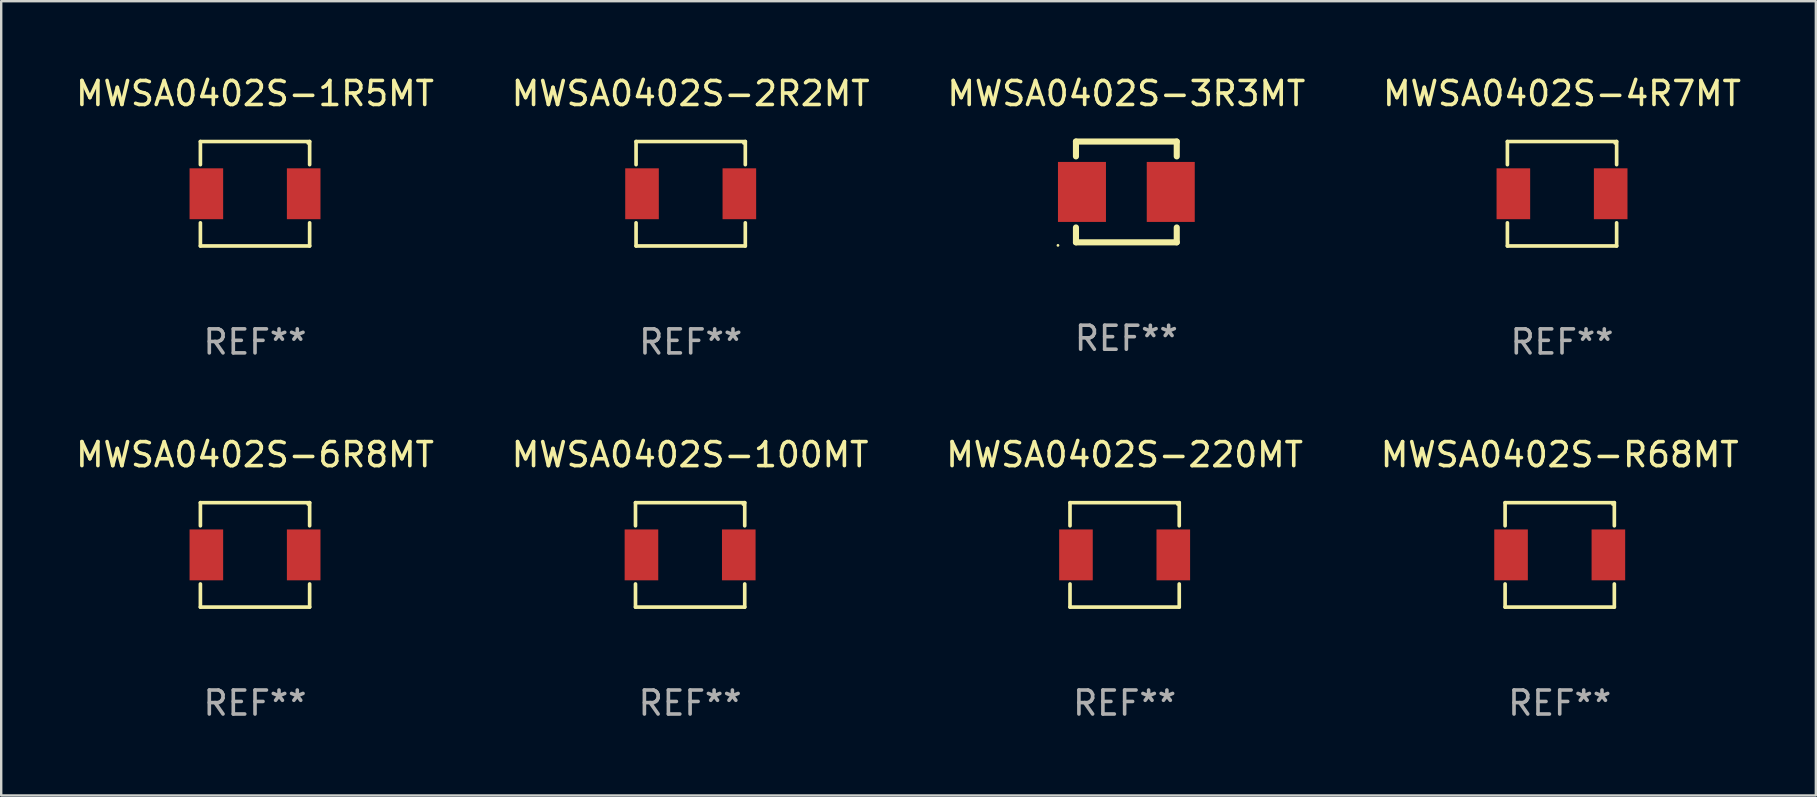
<source format=kicad_pcb>
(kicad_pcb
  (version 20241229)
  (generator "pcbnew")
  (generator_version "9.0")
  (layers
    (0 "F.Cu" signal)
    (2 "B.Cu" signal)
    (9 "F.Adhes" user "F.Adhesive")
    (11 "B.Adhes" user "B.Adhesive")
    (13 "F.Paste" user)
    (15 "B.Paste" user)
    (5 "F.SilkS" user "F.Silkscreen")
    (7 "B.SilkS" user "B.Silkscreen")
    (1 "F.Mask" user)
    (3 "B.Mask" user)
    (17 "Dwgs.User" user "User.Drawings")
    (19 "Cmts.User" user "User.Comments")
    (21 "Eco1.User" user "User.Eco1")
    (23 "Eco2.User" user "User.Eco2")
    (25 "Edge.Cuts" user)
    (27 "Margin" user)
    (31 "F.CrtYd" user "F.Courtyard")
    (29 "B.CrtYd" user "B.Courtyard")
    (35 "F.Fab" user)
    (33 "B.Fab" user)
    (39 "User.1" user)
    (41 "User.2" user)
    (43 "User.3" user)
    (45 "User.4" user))
  (footprint "MWSA0402S-3R3MT"
    (layer "F.Cu")
    (at 43.887 4.948)
    (property "Reference" "MWSA0402S-3R3MT" (at 0 -4.1 0) (layer "F.SilkS") (effects (font (size 1 1) (thickness 0.15))))
    (attr through_hole)
    (fp_line (start -2.1 2.1) (end 2.1 2.1) (stroke (width 0.254) (type solid)) (layer "F.SilkS"))
    (fp_line (start -2.1 -2.1) (end -2.1 -1.481) (stroke (width 0.254) (type solid)) (layer "F.SilkS"))
    (fp_line (start -2.1 -2.1) (end 2.1 -2.1) (stroke (width 0.254) (type solid)) (layer "F.SilkS"))
    (fp_line (start -2.1 1.481) (end -2.1 2.1) (stroke (width 0.254) (type solid)) (layer "F.SilkS"))
    (fp_line (start 2.1 -2.1) (end 2.1 -1.481) (stroke (width 0.254) (type solid)) (layer "F.SilkS"))
    (fp_line (start 2.1 1.481) (end 2.1 2.1) (stroke (width 0.254) (type solid)) (layer "F.SilkS"))
    (fp_circle (center -2.85 2.227) (end -2.82 2.227) (stroke (width 0.06) (type solid)) (fill no) (layer "F.SilkS"))
    (fp_text user "REF**" (at 0 6.1 0) (layer "F.Fab") (effects (font (size 1 1) (thickness 0.15))))
    (pad "1" smd rect (at -1.85 0.000013) (size 2 2.5) (layers "F.Cu" "F.Mask" "F.Paste"))
    (pad "2" smd rect (at 1.85 0.000013) (size 2 2.5) (layers "F.Cu" "F.Mask" "F.Paste")))
  (footprint "MWSA0402S-220MT"
    (layer "F.Cu")
    (at 43.815 20.073)
    (property "Reference" "MWSA0402S-220MT" (at 0 -4.176 0) (layer "F.SilkS") (effects (font (size 1 1) (thickness 0.15))))
    (attr through_hole)
    (fp_line (start -2.276 -2.176) (end 2.276 -2.176) (stroke (width 0.152) (type solid)) (layer "F.SilkS"))
    (fp_line (start -2.276 -1.212) (end -2.276 -2.176) (stroke (width 0.152) (type solid)) (layer "F.SilkS"))
    (fp_line (start -2.276 1.212) (end -2.276 2.176) (stroke (width 0.152) (type solid)) (layer "F.SilkS"))
    (fp_line (start -2.276 2.176) (end 2.276 2.176) (stroke (width 0.152) (type solid)) (layer "F.SilkS"))
    (fp_line (start 2.276 -2.176) (end 2.276 -1.212) (stroke (width 0.152) (type solid)) (layer "F.SilkS"))
    (fp_line (start 2.276 2.176) (end 2.276 1.212) (stroke (width 0.152) (type solid)) (layer "F.SilkS"))
    (fp_circle (center 2.2 -2.1) (end 2.23 -2.1) (stroke (width 0.06) (type solid)) (fill no) (layer "F.SilkS"))
    (fp_text user "REF**" (at 0 6.176 0) (layer "F.Fab") (effects (font (size 1 1) (thickness 0.15))))
    (pad "1" smd rect (at 2.028 0) (size 1.4 2.12) (layers "F.Cu" "F.Mask" "F.Paste"))
    (pad "2" smd rect (at -2.028 0) (size 1.4 2.12) (layers "F.Cu" "F.Mask" "F.Paste")))
  (footprint "MWSA0402S-R68MT"
    (layer "F.Cu")
    (at 61.946 20.073)
    (property "Reference" "MWSA0402S-R68MT" (at 0 -4.176 0) (layer "F.SilkS") (effects (font (size 1 1) (thickness 0.15))))
    (attr through_hole)
    (fp_line (start -2.276 -2.176) (end 2.276 -2.176) (stroke (width 0.152) (type solid)) (layer "F.SilkS"))
    (fp_line (start -2.276 -1.212) (end -2.276 -2.176) (stroke (width 0.152) (type solid)) (layer "F.SilkS"))
    (fp_line (start -2.276 1.212) (end -2.276 2.176) (stroke (width 0.152) (type solid)) (layer "F.SilkS"))
    (fp_line (start -2.276 2.176) (end 2.276 2.176) (stroke (width 0.152) (type solid)) (layer "F.SilkS"))
    (fp_line (start 2.276 -2.176) (end 2.276 -1.212) (stroke (width 0.152) (type solid)) (layer "F.SilkS"))
    (fp_line (start 2.276 2.176) (end 2.276 1.212) (stroke (width 0.152) (type solid)) (layer "F.SilkS"))
    (fp_circle (center 2.2 -2.1) (end 2.23 -2.1) (stroke (width 0.06) (type solid)) (fill no) (layer "F.SilkS"))
    (fp_text user "REF**" (at 0 6.176 0) (layer "F.Fab") (effects (font (size 1 1) (thickness 0.15))))
    (pad "1" smd rect (at 2.028 0) (size 1.4 2.12) (layers "F.Cu" "F.Mask" "F.Paste"))
    (pad "2" smd rect (at -2.028 0) (size 1.4 2.12) (layers "F.Cu" "F.Mask" "F.Paste")))
  (footprint "MWSA0402S-4R7MT"
    (layer "F.Cu")
    (at 62.042 5.024)
    (property "Reference" "MWSA0402S-4R7MT" (at 0 -4.176 0) (layer "F.SilkS") (effects (font (size 1 1) (thickness 0.15))))
    (attr through_hole)
    (fp_line (start -2.276 -2.176) (end 2.276 -2.176) (stroke (width 0.152) (type solid)) (layer "F.SilkS"))
    (fp_line (start -2.276 -1.212) (end -2.276 -2.176) (stroke (width 0.152) (type solid)) (layer "F.SilkS"))
    (fp_line (start -2.276 1.212) (end -2.276 2.176) (stroke (width 0.152) (type solid)) (layer "F.SilkS"))
    (fp_line (start -2.276 2.176) (end 2.276 2.176) (stroke (width 0.152) (type solid)) (layer "F.SilkS"))
    (fp_line (start 2.276 -2.176) (end 2.276 -1.212) (stroke (width 0.152) (type solid)) (layer "F.SilkS"))
    (fp_line (start 2.276 2.176) (end 2.276 1.212) (stroke (width 0.152) (type solid)) (layer "F.SilkS"))
    (fp_circle (center 2.2 -2.1) (end 2.23 -2.1) (stroke (width 0.06) (type solid)) (fill no) (layer "F.SilkS"))
    (fp_text user "REF**" (at 0 6.176 0) (layer "F.Fab") (effects (font (size 1 1) (thickness 0.15))))
    (pad "1" smd rect (at 2.028 0) (size 1.4 2.12) (layers "F.Cu" "F.Mask" "F.Paste"))
    (pad "2" smd rect (at -2.028 0) (size 1.4 2.12) (layers "F.Cu" "F.Mask" "F.Paste")))
  (footprint "MWSA0402S-6R8MT"
    (layer "F.Cu")
    (at 7.577 20.073)
    (property "Reference" "MWSA0402S-6R8MT" (at 0 -4.176 0) (layer "F.SilkS") (effects (font (size 1 1) (thickness 0.15))))
    (attr through_hole)
    (fp_line (start -2.276 -2.176) (end 2.276 -2.176) (stroke (width 0.152) (type solid)) (layer "F.SilkS"))
    (fp_line (start -2.276 -1.212) (end -2.276 -2.176) (stroke (width 0.152) (type solid)) (layer "F.SilkS"))
    (fp_line (start -2.276 1.212) (end -2.276 2.176) (stroke (width 0.152) (type solid)) (layer "F.SilkS"))
    (fp_line (start -2.276 2.176) (end 2.276 2.176) (stroke (width 0.152) (type solid)) (layer "F.SilkS"))
    (fp_line (start 2.276 -2.176) (end 2.276 -1.212) (stroke (width 0.152) (type solid)) (layer "F.SilkS"))
    (fp_line (start 2.276 2.176) (end 2.276 1.212) (stroke (width 0.152) (type solid)) (layer "F.SilkS"))
    (fp_circle (center 2.2 -2.1) (end 2.23 -2.1) (stroke (width 0.06) (type solid)) (fill no) (layer "F.SilkS"))
    (fp_text user "REF**" (at 0 6.176 0) (layer "F.Fab") (effects (font (size 1 1) (thickness 0.15))))
    (pad "1" smd rect (at 2.028 0) (size 1.4 2.12) (layers "F.Cu" "F.Mask" "F.Paste"))
    (pad "2" smd rect (at -2.028 0) (size 1.4 2.12) (layers "F.Cu" "F.Mask" "F.Paste")))
  (footprint "MWSA0402S-2R2MT"
    (layer "F.Cu")
    (at 25.732 5.024)
    (property "Reference" "MWSA0402S-2R2MT" (at 0 -4.176 0) (layer "F.SilkS") (effects (font (size 1 1) (thickness 0.15))))
    (attr through_hole)
    (fp_line (start -2.276 -2.176) (end 2.276 -2.176) (stroke (width 0.152) (type solid)) (layer "F.SilkS"))
    (fp_line (start -2.276 -1.212) (end -2.276 -2.176) (stroke (width 0.152) (type solid)) (layer "F.SilkS"))
    (fp_line (start -2.276 1.212) (end -2.276 2.176) (stroke (width 0.152) (type solid)) (layer "F.SilkS"))
    (fp_line (start -2.276 2.176) (end 2.276 2.176) (stroke (width 0.152) (type solid)) (layer "F.SilkS"))
    (fp_line (start 2.276 -2.176) (end 2.276 -1.212) (stroke (width 0.152) (type solid)) (layer "F.SilkS"))
    (fp_line (start 2.276 2.176) (end 2.276 1.212) (stroke (width 0.152) (type solid)) (layer "F.SilkS"))
    (fp_circle (center 2.2 -2.1) (end 2.23 -2.1) (stroke (width 0.06) (type solid)) (fill no) (layer "F.SilkS"))
    (fp_text user "REF**" (at 0 6.176 0) (layer "F.Fab") (effects (font (size 1 1) (thickness 0.15))))
    (pad "1" smd rect (at 2.028 0) (size 1.4 2.12) (layers "F.Cu" "F.Mask" "F.Paste"))
    (pad "2" smd rect (at -2.028 0) (size 1.4 2.12) (layers "F.Cu" "F.Mask" "F.Paste")))
  (footprint "MWSA0402S-100MT"
    (layer "F.Cu")
    (at 25.708 20.073)
    (property "Reference" "MWSA0402S-100MT" (at 0 -4.176 0) (layer "F.SilkS") (effects (font (size 1 1) (thickness 0.15))))
    (attr through_hole)
    (fp_line (start -2.276 -2.176) (end 2.276 -2.176) (stroke (width 0.152) (type solid)) (layer "F.SilkS"))
    (fp_line (start -2.276 -1.212) (end -2.276 -2.176) (stroke (width 0.152) (type solid)) (layer "F.SilkS"))
    (fp_line (start -2.276 1.212) (end -2.276 2.176) (stroke (width 0.152) (type solid)) (layer "F.SilkS"))
    (fp_line (start -2.276 2.176) (end 2.276 2.176) (stroke (width 0.152) (type solid)) (layer "F.SilkS"))
    (fp_line (start 2.276 -2.176) (end 2.276 -1.212) (stroke (width 0.152) (type solid)) (layer "F.SilkS"))
    (fp_line (start 2.276 2.176) (end 2.276 1.212) (stroke (width 0.152) (type solid)) (layer "F.SilkS"))
    (fp_circle (center 2.2 -2.1) (end 2.23 -2.1) (stroke (width 0.06) (type solid)) (fill no) (layer "F.SilkS"))
    (fp_text user "REF**" (at 0 6.176 0) (layer "F.Fab") (effects (font (size 1 1) (thickness 0.15))))
    (pad "1" smd rect (at 2.028 0) (size 1.4 2.12) (layers "F.Cu" "F.Mask" "F.Paste"))
    (pad "2" smd rect (at -2.028 0) (size 1.4 2.12) (layers "F.Cu" "F.Mask" "F.Paste")))
  (footprint "MWSA0402S-1R5MT"
    (layer "F.Cu")
    (at 7.577 5.024)
    (property "Reference" "MWSA0402S-1R5MT" (at 0 -4.176 0) (layer "F.SilkS") (effects (font (size 1 1) (thickness 0.15))))
    (attr through_hole)
    (fp_line (start -2.276 -2.176) (end 2.276 -2.176) (stroke (width 0.152) (type solid)) (layer "F.SilkS"))
    (fp_line (start -2.276 -1.212) (end -2.276 -2.176) (stroke (width 0.152) (type solid)) (layer "F.SilkS"))
    (fp_line (start -2.276 1.212) (end -2.276 2.176) (stroke (width 0.152) (type solid)) (layer "F.SilkS"))
    (fp_line (start -2.276 2.176) (end 2.276 2.176) (stroke (width 0.152) (type solid)) (layer "F.SilkS"))
    (fp_line (start 2.276 -2.176) (end 2.276 -1.212) (stroke (width 0.152) (type solid)) (layer "F.SilkS"))
    (fp_line (start 2.276 2.176) (end 2.276 1.212) (stroke (width 0.152) (type solid)) (layer "F.SilkS"))
    (fp_circle (center 2.2 -2.1) (end 2.23 -2.1) (stroke (width 0.06) (type solid)) (fill no) (layer "F.SilkS"))
    (fp_text user "REF**" (at 0 6.176 0) (layer "F.Fab") (effects (font (size 1 1) (thickness 0.15))))
    (pad "1" smd rect (at 2.028 0) (size 1.4 2.12) (layers "F.Cu" "F.Mask" "F.Paste"))
    (pad "2" smd rect (at -2.028 0) (size 1.4 2.12) (layers "F.Cu" "F.Mask" "F.Paste")))
  (gr_rect
    (start -3 -3)
    (end 72.619 30.098)
    (stroke (width 0.1) (type default))
    (fill no)
    (layer "Edge.Cuts")))
</source>
